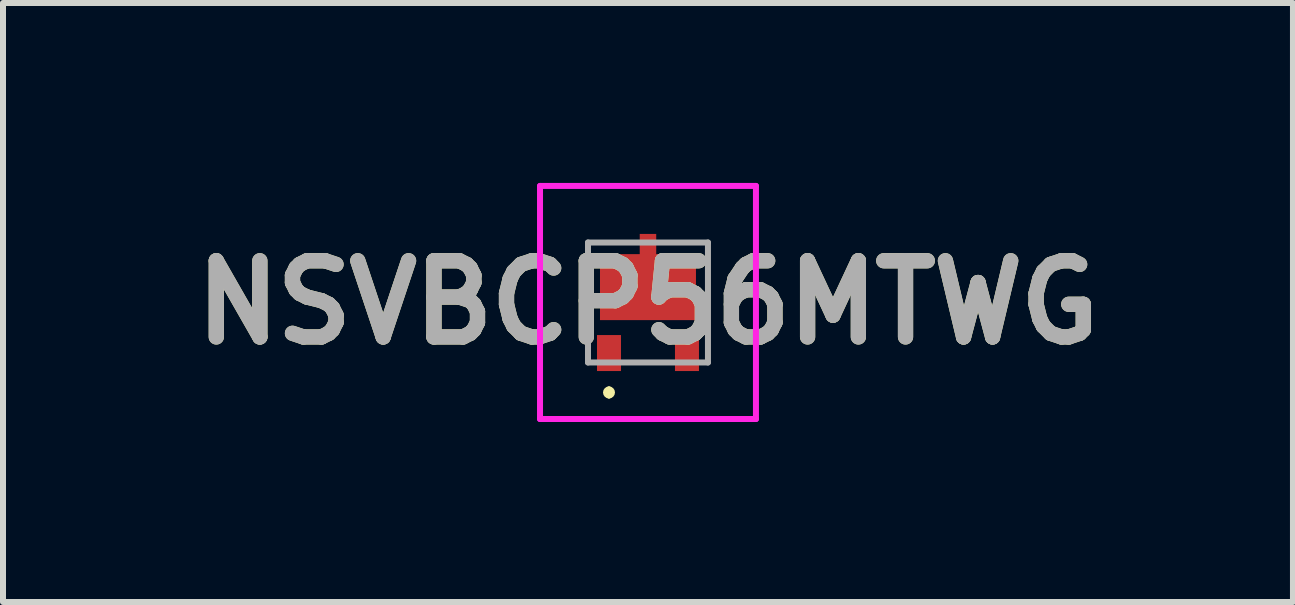
<source format=kicad_pcb>
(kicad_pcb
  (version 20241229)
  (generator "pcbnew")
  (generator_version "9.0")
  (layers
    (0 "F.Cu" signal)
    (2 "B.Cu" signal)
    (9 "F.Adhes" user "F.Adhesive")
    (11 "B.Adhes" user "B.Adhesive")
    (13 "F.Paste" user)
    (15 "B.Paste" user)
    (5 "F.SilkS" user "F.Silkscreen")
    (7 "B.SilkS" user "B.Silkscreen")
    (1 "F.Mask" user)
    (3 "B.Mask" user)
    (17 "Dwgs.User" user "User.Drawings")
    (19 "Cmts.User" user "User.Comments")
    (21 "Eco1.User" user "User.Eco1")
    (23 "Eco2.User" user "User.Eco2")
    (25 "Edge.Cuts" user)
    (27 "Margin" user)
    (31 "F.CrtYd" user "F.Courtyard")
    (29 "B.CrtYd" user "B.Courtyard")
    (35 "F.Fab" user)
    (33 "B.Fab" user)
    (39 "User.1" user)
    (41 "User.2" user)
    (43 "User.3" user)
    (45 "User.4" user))
  (footprint "NSVBCP56MTWG"
    (layer "F.Cu")
    (at 7.753 1.943)
    (property "Reference" "NSVBCP56MTWG" (at 0 0.05 0) (layer "F.SilkS") (effects (font (size 1.27 1.27) (thickness 0.254))))
    (attr smd)
    (fp_line (start -0.65 1.5) (end -0.65 1.5) (stroke (width 0.1) (type solid)) (layer "F.SilkS"))
    (fp_line (start -0.65 1.6) (end -0.65 1.6) (stroke (width 0.1) (type solid)) (layer "F.SilkS"))
    (fp_arc (start -0.65 1.5) (mid -0.6 1.55) (end -0.65 1.6) (stroke (width 0.1) (type solid)) (layer "F.SilkS"))
    (fp_arc (start -0.65 1.6) (mid -0.7 1.55) (end -0.65 1.5) (stroke (width 0.1) (type solid)) (layer "F.SilkS"))
    (fp_line (start -1.8 -1.893) (end 1.8 -1.893) (stroke (width 0.1) (type solid)) (layer "F.CrtYd"))
    (fp_line (start -1.8 1.993) (end -1.8 -1.893) (stroke (width 0.1) (type solid)) (layer "F.CrtYd"))
    (fp_line (start 1.8 -1.893) (end 1.8 1.993) (stroke (width 0.1) (type solid)) (layer "F.CrtYd"))
    (fp_line (start 1.8 1.993) (end -1.8 1.993) (stroke (width 0.1) (type solid)) (layer "F.CrtYd"))
    (fp_line (start -1 -0.95) (end 1 -0.95) (stroke (width 0.1) (type solid)) (layer "F.Fab"))
    (fp_line (start -1 1.05) (end -1 -0.95) (stroke (width 0.1) (type solid)) (layer "F.Fab"))
    (fp_line (start 1 -0.95) (end 1 1.05) (stroke (width 0.1) (type solid)) (layer "F.Fab"))
    (fp_line (start 1 1.05) (end -1 1.05) (stroke (width 0.1) (type solid)) (layer "F.Fab"))
    (fp_text user "${REFERENCE}" (at 0 0.05 0) (layer "F.Fab") (effects (font (size 1.27 1.27) (thickness 0.254))))
    (pad "1" smd rect (at -0.65 0.893) (size 0.4 0.6) (layers "F.Cu" "F.Mask" "F.Paste"))
    (pad "2" smd rect (at 0.65 0.893) (size 0.4 0.6) (layers "F.Cu" "F.Mask" "F.Paste"))
    (pad "3" smd rect (at 0 -0.206 90) (size 1.1 1.6) (layers "F.Cu" "F.Mask" "F.Paste"))
    (pad "4" smd rect (at 0 -0.893) (size 0.275 0.4) (layers "F.Cu" "F.Mask" "F.Paste")))
  (gr_rect
    (start -3 -3)
    (end 18.506 6.986)
    (stroke (width 0.1) (type default))
    (fill no)
    (layer "Edge.Cuts")))
</source>
